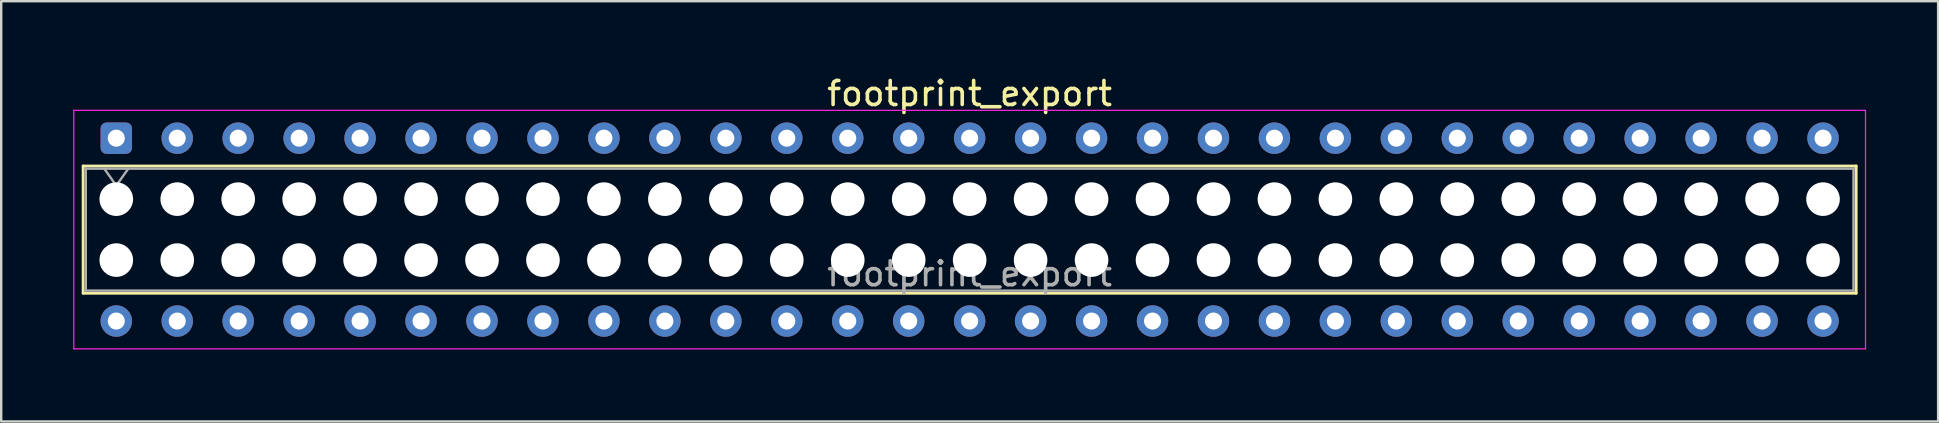
<source format=kicad_pcb>
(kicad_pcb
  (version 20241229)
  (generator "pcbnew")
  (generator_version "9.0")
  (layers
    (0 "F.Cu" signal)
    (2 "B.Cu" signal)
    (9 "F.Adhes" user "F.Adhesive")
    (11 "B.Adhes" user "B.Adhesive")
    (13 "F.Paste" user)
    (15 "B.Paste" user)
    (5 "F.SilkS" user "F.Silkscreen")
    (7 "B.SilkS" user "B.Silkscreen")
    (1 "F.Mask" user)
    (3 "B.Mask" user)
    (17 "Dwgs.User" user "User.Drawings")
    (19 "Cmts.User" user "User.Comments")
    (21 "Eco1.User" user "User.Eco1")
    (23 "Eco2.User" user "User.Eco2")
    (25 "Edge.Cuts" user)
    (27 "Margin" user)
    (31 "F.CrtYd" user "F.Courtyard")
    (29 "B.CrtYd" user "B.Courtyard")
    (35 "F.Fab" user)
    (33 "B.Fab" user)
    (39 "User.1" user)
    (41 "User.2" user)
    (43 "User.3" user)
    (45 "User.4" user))
  (footprint "footprint_export"
    (layer "F.Cu")
    (at 1.795 2.708)
    (property "Reference" "footprint_export" (at 35.56 -1.86 0) (layer "F.SilkS") (effects (font (size 1 1) (thickness 0.15))))
    (attr through_hole)
    (fp_line (start -1.38 1.16) (end 72.5 1.16) (stroke (width 0.12) (type solid)) (layer "F.SilkS"))
    (fp_line (start -1.38 6.46) (end -1.38 1.16) (stroke (width 0.12) (type solid)) (layer "F.SilkS"))
    (fp_line (start 72.5 1.16) (end 72.5 6.46) (stroke (width 0.12) (type solid)) (layer "F.SilkS"))
    (fp_line (start 72.5 6.46) (end -1.38 6.46) (stroke (width 0.12) (type solid)) (layer "F.SilkS"))
    (fp_line (start -1.77 -1.16) (end 72.89 -1.16) (stroke (width 0.05) (type solid)) (layer "F.CrtYd"))
    (fp_line (start -1.77 8.78) (end -1.77 -1.16) (stroke (width 0.05) (type solid)) (layer "F.CrtYd"))
    (fp_line (start 72.89 -1.16) (end 72.89 8.78) (stroke (width 0.05) (type solid)) (layer "F.CrtYd"))
    (fp_line (start 72.89 8.78) (end -1.77 8.78) (stroke (width 0.05) (type solid)) (layer "F.CrtYd"))
    (fp_line (start -1.27 1.27) (end 72.39 1.27) (stroke (width 0.1) (type solid)) (layer "F.Fab"))
    (fp_line (start -1.27 6.35) (end -1.27 1.27) (stroke (width 0.1) (type solid)) (layer "F.Fab"))
    (fp_line (start -0.5 1.27) (end 0 1.977) (stroke (width 0.1) (type solid)) (layer "F.Fab"))
    (fp_line (start 0 1.977) (end 0.5 1.27) (stroke (width 0.1) (type solid)) (layer "F.Fab"))
    (fp_line (start 72.39 1.27) (end 72.39 6.35) (stroke (width 0.1) (type solid)) (layer "F.Fab"))
    (fp_line (start 72.39 6.35) (end -1.27 6.35) (stroke (width 0.1) (type solid)) (layer "F.Fab"))
    (fp_text user "${REFERENCE}" (at 35.56 5.65 0) (layer "F.Fab") (effects (font (size 1 1) (thickness 0.15))))
    (pad "" np_thru_hole circle (at 0 2.54) (size 1.4 1.4) (drill 1.4) (layers "*.Cu" "*.Mask"))
    (pad "" np_thru_hole circle (at 0 5.08) (size 1.4 1.4) (drill 1.4) (layers "*.Cu" "*.Mask"))
    (pad "" np_thru_hole circle (at 2.54 2.54) (size 1.4 1.4) (drill 1.4) (layers "*.Cu" "*.Mask"))
    (pad "" np_thru_hole circle (at 2.54 5.08) (size 1.4 1.4) (drill 1.4) (layers "*.Cu" "*.Mask"))
    (pad "" np_thru_hole circle (at 5.08 2.54) (size 1.4 1.4) (drill 1.4) (layers "*.Cu" "*.Mask"))
    (pad "" np_thru_hole circle (at 5.08 5.08) (size 1.4 1.4) (drill 1.4) (layers "*.Cu" "*.Mask"))
    (pad "" np_thru_hole circle (at 7.62 2.54) (size 1.4 1.4) (drill 1.4) (layers "*.Cu" "*.Mask"))
    (pad "" np_thru_hole circle (at 7.62 5.08) (size 1.4 1.4) (drill 1.4) (layers "*.Cu" "*.Mask"))
    (pad "" np_thru_hole circle (at 10.16 2.54) (size 1.4 1.4) (drill 1.4) (layers "*.Cu" "*.Mask"))
    (pad "" np_thru_hole circle (at 10.16 5.08) (size 1.4 1.4) (drill 1.4) (layers "*.Cu" "*.Mask"))
    (pad "" np_thru_hole circle (at 12.7 2.54) (size 1.4 1.4) (drill 1.4) (layers "*.Cu" "*.Mask"))
    (pad "" np_thru_hole circle (at 12.7 5.08) (size 1.4 1.4) (drill 1.4) (layers "*.Cu" "*.Mask"))
    (pad "" np_thru_hole circle (at 15.24 2.54) (size 1.4 1.4) (drill 1.4) (layers "*.Cu" "*.Mask"))
    (pad "" np_thru_hole circle (at 15.24 5.08) (size 1.4 1.4) (drill 1.4) (layers "*.Cu" "*.Mask"))
    (pad "" np_thru_hole circle (at 17.78 2.54) (size 1.4 1.4) (drill 1.4) (layers "*.Cu" "*.Mask"))
    (pad "" np_thru_hole circle (at 17.78 5.08) (size 1.4 1.4) (drill 1.4) (layers "*.Cu" "*.Mask"))
    (pad "" np_thru_hole circle (at 20.32 2.54) (size 1.4 1.4) (drill 1.4) (layers "*.Cu" "*.Mask"))
    (pad "" np_thru_hole circle (at 20.32 5.08) (size 1.4 1.4) (drill 1.4) (layers "*.Cu" "*.Mask"))
    (pad "" np_thru_hole circle (at 22.86 2.54) (size 1.4 1.4) (drill 1.4) (layers "*.Cu" "*.Mask"))
    (pad "" np_thru_hole circle (at 22.86 5.08) (size 1.4 1.4) (drill 1.4) (layers "*.Cu" "*.Mask"))
    (pad "" np_thru_hole circle (at 25.4 2.54) (size 1.4 1.4) (drill 1.4) (layers "*.Cu" "*.Mask"))
    (pad "" np_thru_hole circle (at 25.4 5.08) (size 1.4 1.4) (drill 1.4) (layers "*.Cu" "*.Mask"))
    (pad "" np_thru_hole circle (at 27.94 2.54) (size 1.4 1.4) (drill 1.4) (layers "*.Cu" "*.Mask"))
    (pad "" np_thru_hole circle (at 27.94 5.08) (size 1.4 1.4) (drill 1.4) (layers "*.Cu" "*.Mask"))
    (pad "" np_thru_hole circle (at 30.48 2.54) (size 1.4 1.4) (drill 1.4) (layers "*.Cu" "*.Mask"))
    (pad "" np_thru_hole circle (at 30.48 5.08) (size 1.4 1.4) (drill 1.4) (layers "*.Cu" "*.Mask"))
    (pad "" np_thru_hole circle (at 33.02 2.54) (size 1.4 1.4) (drill 1.4) (layers "*.Cu" "*.Mask"))
    (pad "" np_thru_hole circle (at 33.02 5.08) (size 1.4 1.4) (drill 1.4) (layers "*.Cu" "*.Mask"))
    (pad "" np_thru_hole circle (at 35.56 2.54) (size 1.4 1.4) (drill 1.4) (layers "*.Cu" "*.Mask"))
    (pad "" np_thru_hole circle (at 35.56 5.08) (size 1.4 1.4) (drill 1.4) (layers "*.Cu" "*.Mask"))
    (pad "" np_thru_hole circle (at 38.1 2.54) (size 1.4 1.4) (drill 1.4) (layers "*.Cu" "*.Mask"))
    (pad "" np_thru_hole circle (at 38.1 5.08) (size 1.4 1.4) (drill 1.4) (layers "*.Cu" "*.Mask"))
    (pad "" np_thru_hole circle (at 40.64 2.54) (size 1.4 1.4) (drill 1.4) (layers "*.Cu" "*.Mask"))
    (pad "" np_thru_hole circle (at 40.64 5.08) (size 1.4 1.4) (drill 1.4) (layers "*.Cu" "*.Mask"))
    (pad "" np_thru_hole circle (at 43.18 2.54) (size 1.4 1.4) (drill 1.4) (layers "*.Cu" "*.Mask"))
    (pad "" np_thru_hole circle (at 43.18 5.08) (size 1.4 1.4) (drill 1.4) (layers "*.Cu" "*.Mask"))
    (pad "" np_thru_hole circle (at 45.72 2.54) (size 1.4 1.4) (drill 1.4) (layers "*.Cu" "*.Mask"))
    (pad "" np_thru_hole circle (at 45.72 5.08) (size 1.4 1.4) (drill 1.4) (layers "*.Cu" "*.Mask"))
    (pad "" np_thru_hole circle (at 48.26 2.54) (size 1.4 1.4) (drill 1.4) (layers "*.Cu" "*.Mask"))
    (pad "" np_thru_hole circle (at 48.26 5.08) (size 1.4 1.4) (drill 1.4) (layers "*.Cu" "*.Mask"))
    (pad "" np_thru_hole circle (at 50.8 2.54) (size 1.4 1.4) (drill 1.4) (layers "*.Cu" "*.Mask"))
    (pad "" np_thru_hole circle (at 50.8 5.08) (size 1.4 1.4) (drill 1.4) (layers "*.Cu" "*.Mask"))
    (pad "" np_thru_hole circle (at 53.34 2.54) (size 1.4 1.4) (drill 1.4) (layers "*.Cu" "*.Mask"))
    (pad "" np_thru_hole circle (at 53.34 5.08) (size 1.4 1.4) (drill 1.4) (layers "*.Cu" "*.Mask"))
    (pad "" np_thru_hole circle (at 55.88 2.54) (size 1.4 1.4) (drill 1.4) (layers "*.Cu" "*.Mask"))
    (pad "" np_thru_hole circle (at 55.88 5.08) (size 1.4 1.4) (drill 1.4) (layers "*.Cu" "*.Mask"))
    (pad "" np_thru_hole circle (at 58.42 2.54) (size 1.4 1.4) (drill 1.4) (layers "*.Cu" "*.Mask"))
    (pad "" np_thru_hole circle (at 58.42 5.08) (size 1.4 1.4) (drill 1.4) (layers "*.Cu" "*.Mask"))
    (pad "" np_thru_hole circle (at 60.96 2.54) (size 1.4 1.4) (drill 1.4) (layers "*.Cu" "*.Mask"))
    (pad "" np_thru_hole circle (at 60.96 5.08) (size 1.4 1.4) (drill 1.4) (layers "*.Cu" "*.Mask"))
    (pad "" np_thru_hole circle (at 63.5 2.54) (size 1.4 1.4) (drill 1.4) (layers "*.Cu" "*.Mask"))
    (pad "" np_thru_hole circle (at 63.5 5.08) (size 1.4 1.4) (drill 1.4) (layers "*.Cu" "*.Mask"))
    (pad "" np_thru_hole circle (at 66.04 2.54) (size 1.4 1.4) (drill 1.4) (layers "*.Cu" "*.Mask"))
    (pad "" np_thru_hole circle (at 66.04 5.08) (size 1.4 1.4) (drill 1.4) (layers "*.Cu" "*.Mask"))
    (pad "" np_thru_hole circle (at 68.58 2.54) (size 1.4 1.4) (drill 1.4) (layers "*.Cu" "*.Mask"))
    (pad "" np_thru_hole circle (at 68.58 5.08) (size 1.4 1.4) (drill 1.4) (layers "*.Cu" "*.Mask"))
    (pad "" np_thru_hole circle (at 71.12 2.54) (size 1.4 1.4) (drill 1.4) (layers "*.Cu" "*.Mask"))
    (pad "" np_thru_hole circle (at 71.12 5.08) (size 1.4 1.4) (drill 1.4) (layers "*.Cu" "*.Mask"))
    (pad "1" thru_hole roundrect (at 0 0) (size 1.31 1.31) (drill 0.71) (layers "*.Cu" "*.Mask") (roundrect_rratio 0.191))
    (pad "2" thru_hole circle (at 0 7.62) (size 1.31 1.31) (drill 0.71) (layers "*.Cu" "*.Mask"))
    (pad "3" thru_hole circle (at 2.54 0) (size 1.31 1.31) (drill 0.71) (layers "*.Cu" "*.Mask"))
    (pad "4" thru_hole circle (at 2.54 7.62) (size 1.31 1.31) (drill 0.71) (layers "*.Cu" "*.Mask"))
    (pad "5" thru_hole circle (at 5.08 0) (size 1.31 1.31) (drill 0.71) (layers "*.Cu" "*.Mask"))
    (pad "6" thru_hole circle (at 5.08 7.62) (size 1.31 1.31) (drill 0.71) (layers "*.Cu" "*.Mask"))
    (pad "7" thru_hole circle (at 7.62 0) (size 1.31 1.31) (drill 0.71) (layers "*.Cu" "*.Mask"))
    (pad "8" thru_hole circle (at 7.62 7.62) (size 1.31 1.31) (drill 0.71) (layers "*.Cu" "*.Mask"))
    (pad "9" thru_hole circle (at 10.16 0) (size 1.31 1.31) (drill 0.71) (layers "*.Cu" "*.Mask"))
    (pad "10" thru_hole circle (at 10.16 7.62) (size 1.31 1.31) (drill 0.71) (layers "*.Cu" "*.Mask"))
    (pad "11" thru_hole circle (at 12.7 0) (size 1.31 1.31) (drill 0.71) (layers "*.Cu" "*.Mask"))
    (pad "12" thru_hole circle (at 12.7 7.62) (size 1.31 1.31) (drill 0.71) (layers "*.Cu" "*.Mask"))
    (pad "13" thru_hole circle (at 15.24 0) (size 1.31 1.31) (drill 0.71) (layers "*.Cu" "*.Mask"))
    (pad "14" thru_hole circle (at 15.24 7.62) (size 1.31 1.31) (drill 0.71) (layers "*.Cu" "*.Mask"))
    (pad "15" thru_hole circle (at 17.78 0) (size 1.31 1.31) (drill 0.71) (layers "*.Cu" "*.Mask"))
    (pad "16" thru_hole circle (at 17.78 7.62) (size 1.31 1.31) (drill 0.71) (layers "*.Cu" "*.Mask"))
    (pad "17" thru_hole circle (at 20.32 0) (size 1.31 1.31) (drill 0.71) (layers "*.Cu" "*.Mask"))
    (pad "18" thru_hole circle (at 20.32 7.62) (size 1.31 1.31) (drill 0.71) (layers "*.Cu" "*.Mask"))
    (pad "19" thru_hole circle (at 22.86 0) (size 1.31 1.31) (drill 0.71) (layers "*.Cu" "*.Mask"))
    (pad "20" thru_hole circle (at 22.86 7.62) (size 1.31 1.31) (drill 0.71) (layers "*.Cu" "*.Mask"))
    (pad "21" thru_hole circle (at 25.4 0) (size 1.31 1.31) (drill 0.71) (layers "*.Cu" "*.Mask"))
    (pad "22" thru_hole circle (at 25.4 7.62) (size 1.31 1.31) (drill 0.71) (layers "*.Cu" "*.Mask"))
    (pad "23" thru_hole circle (at 27.94 0) (size 1.31 1.31) (drill 0.71) (layers "*.Cu" "*.Mask"))
    (pad "24" thru_hole circle (at 27.94 7.62) (size 1.31 1.31) (drill 0.71) (layers "*.Cu" "*.Mask"))
    (pad "25" thru_hole circle (at 30.48 0) (size 1.31 1.31) (drill 0.71) (layers "*.Cu" "*.Mask"))
    (pad "26" thru_hole circle (at 30.48 7.62) (size 1.31 1.31) (drill 0.71) (layers "*.Cu" "*.Mask"))
    (pad "27" thru_hole circle (at 33.02 0) (size 1.31 1.31) (drill 0.71) (layers "*.Cu" "*.Mask"))
    (pad "28" thru_hole circle (at 33.02 7.62) (size 1.31 1.31) (drill 0.71) (layers "*.Cu" "*.Mask"))
    (pad "29" thru_hole circle (at 35.56 0) (size 1.31 1.31) (drill 0.71) (layers "*.Cu" "*.Mask"))
    (pad "30" thru_hole circle (at 35.56 7.62) (size 1.31 1.31) (drill 0.71) (layers "*.Cu" "*.Mask"))
    (pad "31" thru_hole circle (at 38.1 0) (size 1.31 1.31) (drill 0.71) (layers "*.Cu" "*.Mask"))
    (pad "32" thru_hole circle (at 38.1 7.62) (size 1.31 1.31) (drill 0.71) (layers "*.Cu" "*.Mask"))
    (pad "33" thru_hole circle (at 40.64 0) (size 1.31 1.31) (drill 0.71) (layers "*.Cu" "*.Mask"))
    (pad "34" thru_hole circle (at 40.64 7.62) (size 1.31 1.31) (drill 0.71) (layers "*.Cu" "*.Mask"))
    (pad "35" thru_hole circle (at 43.18 0) (size 1.31 1.31) (drill 0.71) (layers "*.Cu" "*.Mask"))
    (pad "36" thru_hole circle (at 43.18 7.62) (size 1.31 1.31) (drill 0.71) (layers "*.Cu" "*.Mask"))
    (pad "37" thru_hole circle (at 45.72 0) (size 1.31 1.31) (drill 0.71) (layers "*.Cu" "*.Mask"))
    (pad "38" thru_hole circle (at 45.72 7.62) (size 1.31 1.31) (drill 0.71) (layers "*.Cu" "*.Mask"))
    (pad "39" thru_hole circle (at 48.26 0) (size 1.31 1.31) (drill 0.71) (layers "*.Cu" "*.Mask"))
    (pad "40" thru_hole circle (at 48.26 7.62) (size 1.31 1.31) (drill 0.71) (layers "*.Cu" "*.Mask"))
    (pad "41" thru_hole circle (at 50.8 0) (size 1.31 1.31) (drill 0.71) (layers "*.Cu" "*.Mask"))
    (pad "42" thru_hole circle (at 50.8 7.62) (size 1.31 1.31) (drill 0.71) (layers "*.Cu" "*.Mask"))
    (pad "43" thru_hole circle (at 53.34 0) (size 1.31 1.31) (drill 0.71) (layers "*.Cu" "*.Mask"))
    (pad "44" thru_hole circle (at 53.34 7.62) (size 1.31 1.31) (drill 0.71) (layers "*.Cu" "*.Mask"))
    (pad "45" thru_hole circle (at 55.88 0) (size 1.31 1.31) (drill 0.71) (layers "*.Cu" "*.Mask"))
    (pad "46" thru_hole circle (at 55.88 7.62) (size 1.31 1.31) (drill 0.71) (layers "*.Cu" "*.Mask"))
    (pad "47" thru_hole circle (at 58.42 0) (size 1.31 1.31) (drill 0.71) (layers "*.Cu" "*.Mask"))
    (pad "48" thru_hole circle (at 58.42 7.62) (size 1.31 1.31) (drill 0.71) (layers "*.Cu" "*.Mask"))
    (pad "49" thru_hole circle (at 60.96 0) (size 1.31 1.31) (drill 0.71) (layers "*.Cu" "*.Mask"))
    (pad "50" thru_hole circle (at 60.96 7.62) (size 1.31 1.31) (drill 0.71) (layers "*.Cu" "*.Mask"))
    (pad "51" thru_hole circle (at 63.5 0) (size 1.31 1.31) (drill 0.71) (layers "*.Cu" "*.Mask"))
    (pad "52" thru_hole circle (at 63.5 7.62) (size 1.31 1.31) (drill 0.71) (layers "*.Cu" "*.Mask"))
    (pad "53" thru_hole circle (at 66.04 0) (size 1.31 1.31) (drill 0.71) (layers "*.Cu" "*.Mask"))
    (pad "54" thru_hole circle (at 66.04 7.62) (size 1.31 1.31) (drill 0.71) (layers "*.Cu" "*.Mask"))
    (pad "55" thru_hole circle (at 68.58 0) (size 1.31 1.31) (drill 0.71) (layers "*.Cu" "*.Mask"))
    (pad "56" thru_hole circle (at 68.58 7.62) (size 1.31 1.31) (drill 0.71) (layers "*.Cu" "*.Mask"))
    (pad "57" thru_hole circle (at 71.12 0) (size 1.31 1.31) (drill 0.71) (layers "*.Cu" "*.Mask"))
    (pad "58" thru_hole circle (at 71.12 7.62) (size 1.31 1.31) (drill 0.71) (layers "*.Cu" "*.Mask")))
  (gr_rect
    (start -3 -3)
    (end 77.71 14.513)
    (stroke (width 0.1) (type default))
    (fill no)
    (layer "Edge.Cuts")))
</source>
